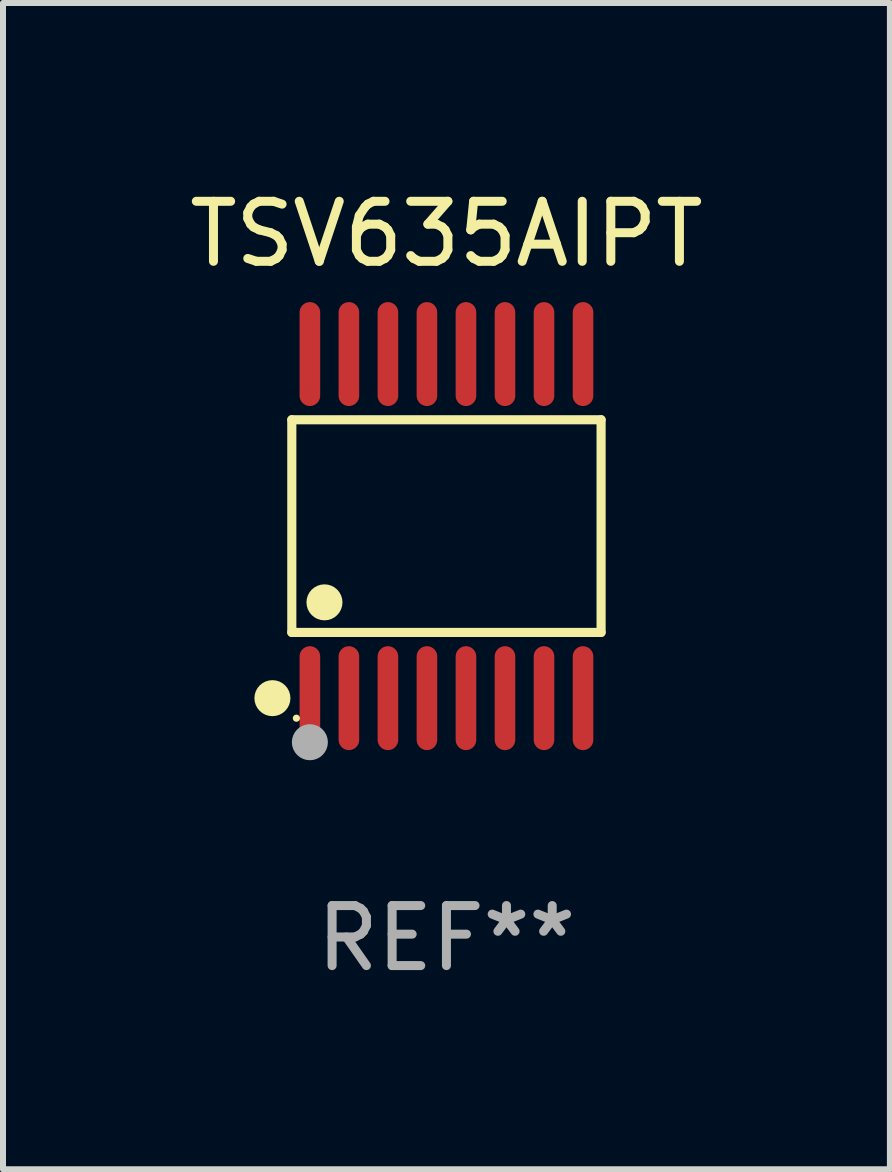
<source format=kicad_pcb>
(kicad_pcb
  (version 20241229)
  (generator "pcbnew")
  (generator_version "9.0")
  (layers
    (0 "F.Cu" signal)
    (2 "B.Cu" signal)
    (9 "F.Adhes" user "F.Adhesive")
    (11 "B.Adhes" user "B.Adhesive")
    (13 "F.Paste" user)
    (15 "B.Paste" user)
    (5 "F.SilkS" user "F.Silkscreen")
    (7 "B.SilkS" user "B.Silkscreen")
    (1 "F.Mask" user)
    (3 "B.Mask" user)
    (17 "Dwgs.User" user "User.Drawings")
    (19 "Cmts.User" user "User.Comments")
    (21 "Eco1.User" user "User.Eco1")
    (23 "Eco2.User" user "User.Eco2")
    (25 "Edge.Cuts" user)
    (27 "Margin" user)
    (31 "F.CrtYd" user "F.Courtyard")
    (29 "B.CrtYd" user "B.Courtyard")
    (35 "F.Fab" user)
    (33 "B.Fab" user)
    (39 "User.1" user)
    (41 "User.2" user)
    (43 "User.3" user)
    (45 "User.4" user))
  (footprint "TSV635AIPT"
    (layer "F.Cu")
    (at 4.387 5.714)
    (property "Reference" "TSV635AIPT" (at 0 -4.866 0) (layer "F.SilkS") (effects (font (size 1 1) (thickness 0.15))))
    (attr through_hole)
    (fp_line (start -2.576 -1.772) (end 2.576 -1.772) (stroke (width 0.152) (type solid)) (layer "F.SilkS"))
    (fp_line (start -2.576 1.771) (end -2.576 -1.772) (stroke (width 0.152) (type solid)) (layer "F.SilkS"))
    (fp_line (start 2.576 -1.772) (end 2.576 1.771) (stroke (width 0.152) (type solid)) (layer "F.SilkS"))
    (fp_line (start 2.576 1.771) (end -2.576 1.771) (stroke (width 0.152) (type solid)) (layer "F.SilkS"))
    (fp_circle (center -2.899 2.866) (end -2.749 2.866) (stroke (width 0.3) (type solid)) (fill no) (layer "F.SilkS"))
    (fp_circle (center -2.5 3.2) (end -2.47 3.2) (stroke (width 0.06) (type solid)) (fill no) (layer "F.SilkS"))
    (fp_circle (center -2.032 1.27) (end -1.882 1.27) (stroke (width 0.3) (type solid)) (fill no) (layer "F.SilkS"))
    (fp_circle (center -2.275 3.6) (end -2.125 3.6) (stroke (width 0.3) (type solid)) (fill no) (layer "F.Fab"))
    (fp_text user "REF**" (at 0 6.866 0) (layer "F.Fab") (effects (font (size 1 1) (thickness 0.15))))
    (pad "1" smd oval (at -2.275 2.866) (size 0.343 1.731) (layers "F.Cu" "F.Mask" "F.Paste"))
    (pad "2" smd oval (at -1.625 2.866) (size 0.343 1.731) (layers "F.Cu" "F.Mask" "F.Paste"))
    (pad "3" smd oval (at -0.975 2.866) (size 0.343 1.731) (layers "F.Cu" "F.Mask" "F.Paste"))
    (pad "4" smd oval (at -0.325 2.866) (size 0.343 1.731) (layers "F.Cu" "F.Mask" "F.Paste"))
    (pad "5" smd oval (at 0.325 2.866) (size 0.343 1.731) (layers "F.Cu" "F.Mask" "F.Paste"))
    (pad "6" smd oval (at 0.975 2.866) (size 0.343 1.731) (layers "F.Cu" "F.Mask" "F.Paste"))
    (pad "7" smd oval (at 1.625 2.866) (size 0.343 1.731) (layers "F.Cu" "F.Mask" "F.Paste"))
    (pad "8" smd oval (at 2.275 2.866) (size 0.343 1.731) (layers "F.Cu" "F.Mask" "F.Paste"))
    (pad "9" smd oval (at 2.275 -2.866) (size 0.343 1.731) (layers "F.Cu" "F.Mask" "F.Paste"))
    (pad "10" smd oval (at 1.625 -2.866) (size 0.343 1.731) (layers "F.Cu" "F.Mask" "F.Paste"))
    (pad "11" smd oval (at 0.975 -2.866) (size 0.343 1.731) (layers "F.Cu" "F.Mask" "F.Paste"))
    (pad "12" smd oval (at 0.325 -2.866) (size 0.343 1.731) (layers "F.Cu" "F.Mask" "F.Paste"))
    (pad "13" smd oval (at -0.325 -2.866) (size 0.343 1.731) (layers "F.Cu" "F.Mask" "F.Paste"))
    (pad "14" smd oval (at -0.975 -2.866) (size 0.343 1.731) (layers "F.Cu" "F.Mask" "F.Paste"))
    (pad "15" smd oval (at -1.625 -2.866) (size 0.343 1.731) (layers "F.Cu" "F.Mask" "F.Paste"))
    (pad "16" smd oval (at -2.275 -2.866) (size 0.343 1.731) (layers "F.Cu" "F.Mask" "F.Paste")))
  (gr_rect
    (start -3 -3)
    (end 11.774 16.428)
    (stroke (width 0.1) (type default))
    (fill no)
    (layer "Edge.Cuts")))
</source>
